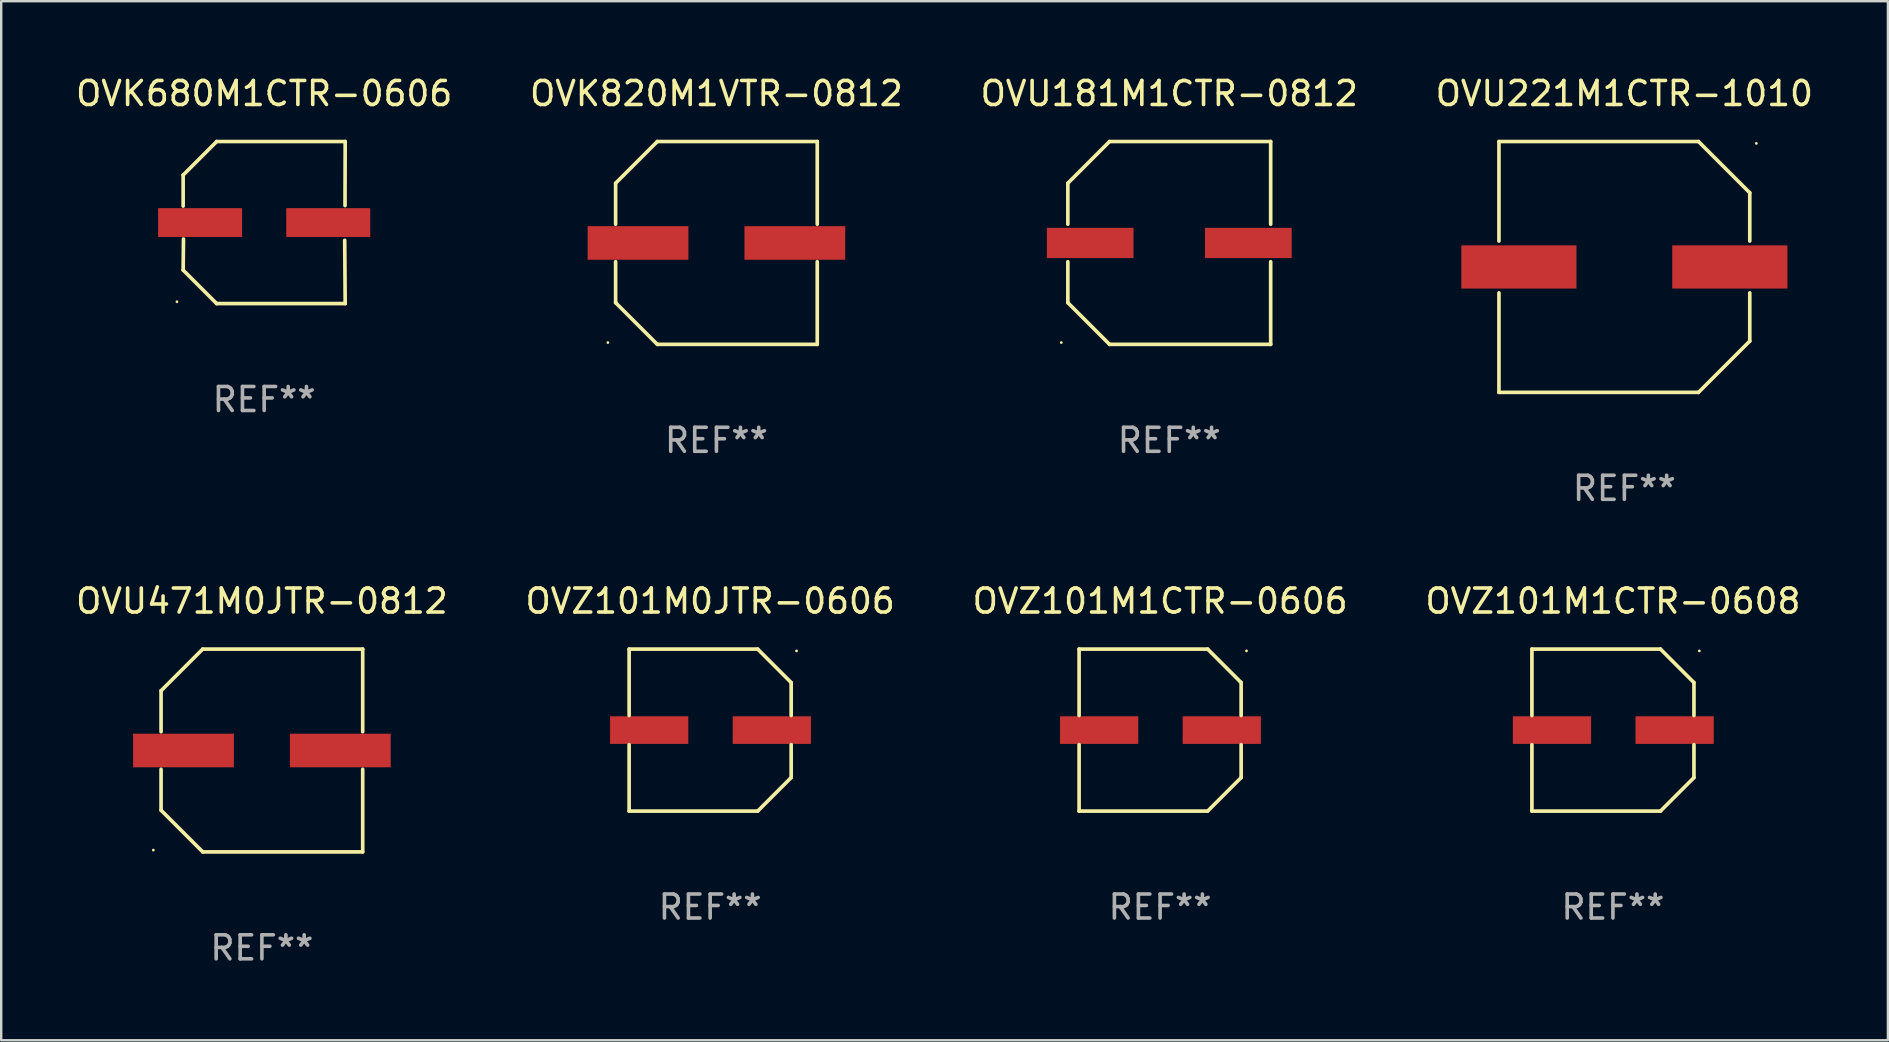
<source format=kicad_pcb>
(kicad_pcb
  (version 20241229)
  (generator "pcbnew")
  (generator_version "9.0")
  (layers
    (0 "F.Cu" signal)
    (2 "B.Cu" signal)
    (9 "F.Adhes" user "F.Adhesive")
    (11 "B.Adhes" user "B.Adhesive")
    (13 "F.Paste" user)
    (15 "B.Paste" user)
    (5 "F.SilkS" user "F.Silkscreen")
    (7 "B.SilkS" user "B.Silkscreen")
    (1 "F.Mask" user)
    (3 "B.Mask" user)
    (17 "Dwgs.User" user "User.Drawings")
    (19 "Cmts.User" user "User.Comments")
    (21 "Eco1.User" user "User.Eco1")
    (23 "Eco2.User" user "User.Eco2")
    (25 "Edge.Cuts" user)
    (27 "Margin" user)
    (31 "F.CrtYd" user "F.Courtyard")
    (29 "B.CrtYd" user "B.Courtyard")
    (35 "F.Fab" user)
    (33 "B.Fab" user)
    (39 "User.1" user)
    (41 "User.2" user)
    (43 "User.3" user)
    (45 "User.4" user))
  (footprint "OVZ101M1CTR-0608"
    (layer "F.Cu")
    (at 64.161 27.373)
    (property "Reference" "OVZ101M1CTR-0608" (at 0 -5.376 0) (layer "F.SilkS") (effects (font (size 1 1) (thickness 0.15))))
    (attr through_hole)
    (fp_line (start -3.376 -3.376) (end 1.98 -3.376) (stroke (width 0.152) (type solid)) (layer "F.SilkS"))
    (fp_line (start -3.376 -0.607) (end -3.376 -3.376) (stroke (width 0.152) (type solid)) (layer "F.SilkS"))
    (fp_line (start -3.376 0.607) (end -3.376 3.376) (stroke (width 0.152) (type solid)) (layer "F.SilkS"))
    (fp_line (start -3.376 3.376) (end 1.98 3.376) (stroke (width 0.152) (type solid)) (layer "F.SilkS"))
    (fp_line (start 1.98 -3.376) (end 3.376 -1.98) (stroke (width 0.152) (type solid)) (layer "F.SilkS"))
    (fp_line (start 1.98 3.376) (end 3.376 1.98) (stroke (width 0.152) (type solid)) (layer "F.SilkS"))
    (fp_line (start 3.376 -1.98) (end 3.376 -0.607) (stroke (width 0.152) (type solid)) (layer "F.SilkS"))
    (fp_line (start 3.376 1.98) (end 3.376 0.607) (stroke (width 0.152) (type solid)) (layer "F.SilkS"))
    (fp_circle (center 3.6 -3.3) (end 3.63 -3.3) (stroke (width 0.06) (type solid)) (fill no) (layer "F.SilkS"))
    (fp_text user "REF**" (at 0 7.376 0) (layer "F.Fab") (effects (font (size 1 1) (thickness 0.15))))
    (pad "1" smd rect (at 2.57 0 180) (size 3.26 1.15) (layers "F.Cu" "F.Mask" "F.Paste"))
    (pad "2" smd rect (at -2.54 0 180) (size 3.26 1.15) (layers "F.Cu" "F.Mask" "F.Paste")))
  (footprint "OVU181M1CTR-0812"
    (layer "F.Cu")
    (at 45.673 7.074)
    (property "Reference" "OVU181M1CTR-0812" (at 0 -6.226 0) (layer "F.SilkS") (effects (font (size 1 1) (thickness 0.15))))
    (attr through_hole)
    (fp_line (start -4.226 -2.49) (end -4.226 -0.782) (stroke (width 0.152) (type solid)) (layer "F.SilkS"))
    (fp_line (start -4.226 2.49) (end -4.226 0.782) (stroke (width 0.152) (type solid)) (layer "F.SilkS"))
    (fp_line (start -2.49 -4.226) (end -4.226 -2.49) (stroke (width 0.152) (type solid)) (layer "F.SilkS"))
    (fp_line (start -2.49 4.226) (end -4.226 2.49) (stroke (width 0.152) (type solid)) (layer "F.SilkS"))
    (fp_line (start 4.226 -4.226) (end -2.49 -4.226) (stroke (width 0.152) (type solid)) (layer "F.SilkS"))
    (fp_line (start 4.226 -0.782) (end 4.226 -4.226) (stroke (width 0.152) (type solid)) (layer "F.SilkS"))
    (fp_line (start 4.226 0.782) (end 4.226 4.226) (stroke (width 0.152) (type solid)) (layer "F.SilkS"))
    (fp_line (start 4.226 4.226) (end -2.49 4.226) (stroke (width 0.152) (type solid)) (layer "F.SilkS"))
    (fp_circle (center -4.5 4.15) (end -4.47 4.15) (stroke (width 0.06) (type solid)) (fill no) (layer "F.SilkS"))
    (fp_text user "REF**" (at 0 8.226 0) (layer "F.Fab") (effects (font (size 1 1) (thickness 0.15))))
    (pad "1" smd rect (at -3.295 -0.000076 180) (size 3.61 1.26) (layers "F.Cu" "F.Mask" "F.Paste"))
    (pad "2" smd rect (at 3.295 -0.000076 180) (size 3.61 1.26) (layers "F.Cu" "F.Mask" "F.Paste")))
  (footprint "OVU221M1CTR-1010"
    (layer "F.Cu")
    (at 64.637 8.074)
    (property "Reference" "OVU221M1CTR-1010" (at 0 -7.226 0) (layer "F.SilkS") (effects (font (size 1 1) (thickness 0.15))))
    (attr through_hole)
    (fp_line (start -5.226 -5.226) (end -5.226 -1.08) (stroke (width 0.152) (type solid)) (layer "F.SilkS"))
    (fp_line (start -5.226 -5.226) (end 3.09 -5.226) (stroke (width 0.152) (type solid)) (layer "F.SilkS"))
    (fp_line (start -5.226 1.08) (end -5.226 5.226) (stroke (width 0.152) (type solid)) (layer "F.SilkS"))
    (fp_line (start -5.226 5.226) (end 3.09 5.226) (stroke (width 0.152) (type solid)) (layer "F.SilkS"))
    (fp_line (start 3.09 -5.226) (end 5.226 -3.09) (stroke (width 0.152) (type solid)) (layer "F.SilkS"))
    (fp_line (start 3.09 5.226) (end 5.226 3.09) (stroke (width 0.152) (type solid)) (layer "F.SilkS"))
    (fp_line (start 5.226 -1.08) (end 5.226 -3.09) (stroke (width 0.152) (type solid)) (layer "F.SilkS"))
    (fp_line (start 5.226 3.09) (end 5.226 1.08) (stroke (width 0.152) (type solid)) (layer "F.SilkS"))
    (fp_circle (center 5.5 -5.15) (end 5.53 -5.15) (stroke (width 0.06) (type solid)) (fill no) (layer "F.SilkS"))
    (fp_text user "REF**" (at 0 9.226 0) (layer "F.Fab") (effects (font (size 1 1) (thickness 0.15))))
    (pad "1" smd rect (at 4.395 0 180) (size 4.8 1.8) (layers "F.Cu" "F.Mask" "F.Paste"))
    (pad "2" smd rect (at -4.395 0 180) (size 4.8 1.8) (layers "F.Cu" "F.Mask" "F.Paste")))
  (footprint "OVZ101M0JTR-0606"
    (layer "F.Cu")
    (at 26.542 27.373)
    (property "Reference" "OVZ101M0JTR-0606" (at 0 -5.376 0) (layer "F.SilkS") (effects (font (size 1 1) (thickness 0.15))))
    (attr through_hole)
    (fp_line (start -3.376 -3.376) (end 1.98 -3.376) (stroke (width 0.152) (type solid)) (layer "F.SilkS"))
    (fp_line (start -3.376 -0.607) (end -3.376 -3.376) (stroke (width 0.152) (type solid)) (layer "F.SilkS"))
    (fp_line (start -3.376 0.607) (end -3.376 3.376) (stroke (width 0.152) (type solid)) (layer "F.SilkS"))
    (fp_line (start -3.376 3.376) (end 1.98 3.376) (stroke (width 0.152) (type solid)) (layer "F.SilkS"))
    (fp_line (start 1.98 -3.376) (end 3.376 -1.98) (stroke (width 0.152) (type solid)) (layer "F.SilkS"))
    (fp_line (start 1.98 3.376) (end 3.376 1.98) (stroke (width 0.152) (type solid)) (layer "F.SilkS"))
    (fp_line (start 3.376 -1.98) (end 3.376 -0.607) (stroke (width 0.152) (type solid)) (layer "F.SilkS"))
    (fp_line (start 3.376 1.98) (end 3.376 0.607) (stroke (width 0.152) (type solid)) (layer "F.SilkS"))
    (fp_circle (center 3.6 -3.3) (end 3.63 -3.3) (stroke (width 0.06) (type solid)) (fill no) (layer "F.SilkS"))
    (fp_text user "REF**" (at 0 7.376 0) (layer "F.Fab") (effects (font (size 1 1) (thickness 0.15))))
    (pad "1" smd rect (at 2.57 0 180) (size 3.26 1.15) (layers "F.Cu" "F.Mask" "F.Paste"))
    (pad "2" smd rect (at -2.54 0 180) (size 3.26 1.15) (layers "F.Cu" "F.Mask" "F.Paste")))
  (footprint "OVZ101M1CTR-0606"
    (layer "F.Cu")
    (at 45.292 27.373)
    (property "Reference" "OVZ101M1CTR-0606" (at 0 -5.376 0) (layer "F.SilkS") (effects (font (size 1 1) (thickness 0.15))))
    (attr through_hole)
    (fp_line (start -3.376 -3.376) (end 1.98 -3.376) (stroke (width 0.152) (type solid)) (layer "F.SilkS"))
    (fp_line (start -3.376 -0.607) (end -3.376 -3.376) (stroke (width 0.152) (type solid)) (layer "F.SilkS"))
    (fp_line (start -3.376 0.607) (end -3.376 3.376) (stroke (width 0.152) (type solid)) (layer "F.SilkS"))
    (fp_line (start -3.376 3.376) (end 1.98 3.376) (stroke (width 0.152) (type solid)) (layer "F.SilkS"))
    (fp_line (start 1.98 -3.376) (end 3.376 -1.98) (stroke (width 0.152) (type solid)) (layer "F.SilkS"))
    (fp_line (start 1.98 3.376) (end 3.376 1.98) (stroke (width 0.152) (type solid)) (layer "F.SilkS"))
    (fp_line (start 3.376 -1.98) (end 3.376 -0.607) (stroke (width 0.152) (type solid)) (layer "F.SilkS"))
    (fp_line (start 3.376 1.98) (end 3.376 0.607) (stroke (width 0.152) (type solid)) (layer "F.SilkS"))
    (fp_circle (center 3.6 -3.3) (end 3.63 -3.3) (stroke (width 0.06) (type solid)) (fill no) (layer "F.SilkS"))
    (fp_text user "REF**" (at 0 7.376 0) (layer "F.Fab") (effects (font (size 1 1) (thickness 0.15))))
    (pad "1" smd rect (at 2.57 0 180) (size 3.26 1.15) (layers "F.Cu" "F.Mask" "F.Paste"))
    (pad "2" smd rect (at -2.54 0 180) (size 3.26 1.15) (layers "F.Cu" "F.Mask" "F.Paste")))
  (footprint "OVK680M1CTR-0606"
    (layer "F.Cu")
    (at 7.958 6.224)
    (property "Reference" "OVK680M1CTR-0606" (at 0 -5.376 0) (layer "F.SilkS") (effects (font (size 1 1) (thickness 0.15))))
    (attr through_hole)
    (fp_line (start -3.376 -1.98) (end -3.376 -0.686) (stroke (width 0.152) (type solid)) (layer "F.SilkS"))
    (fp_line (start -3.376 1.981) (end -3.362 0.686) (stroke (width 0.152) (type solid)) (layer "F.SilkS"))
    (fp_line (start -1.981 3.376) (end -3.376 1.981) (stroke (width 0.152) (type solid)) (layer "F.SilkS"))
    (fp_line (start -1.98 -3.376) (end -3.376 -1.98) (stroke (width 0.152) (type solid)) (layer "F.SilkS"))
    (fp_line (start 3.356 0.74) (end 3.376 3.376) (stroke (width 0.152) (type solid)) (layer "F.SilkS"))
    (fp_line (start 3.369 -0.707) (end 3.376 -3.376) (stroke (width 0.152) (type solid)) (layer "F.SilkS"))
    (fp_line (start 3.376 3.376) (end -1.981 3.376) (stroke (width 0.152) (type solid)) (layer "F.SilkS"))
    (fp_line (start 3.376 -3.376) (end -1.98 -3.376) (stroke (width 0.152) (type solid)) (layer "F.SilkS"))
    (fp_circle (center -3.634 3.3) (end -3.604 3.3) (stroke (width 0.06) (type solid)) (fill no) (layer "F.SilkS"))
    (fp_text user "REF**" (at 0 7.376 0) (layer "F.Fab") (effects (font (size 1 1) (thickness 0.15))))
    (pad "1" smd rect (at -2.67 0.000254) (size 3.5 1.2) (layers "F.Cu" "F.Mask" "F.Paste"))
    (pad "2" smd rect (at 2.67 0.000254) (size 3.5 1.2) (layers "F.Cu" "F.Mask" "F.Paste")))
  (footprint "OVK820M1VTR-0812"
    (layer "F.Cu")
    (at 26.804 7.074)
    (property "Reference" "OVK820M1VTR-0812" (at 0 -6.226 0) (layer "F.SilkS") (effects (font (size 1 1) (thickness 0.15))))
    (attr through_hole)
    (fp_line (start -4.201 -2.49) (end -4.201 -0.782) (stroke (width 0.152) (type solid)) (layer "F.SilkS"))
    (fp_line (start -4.201 2.49) (end -4.201 0.782) (stroke (width 0.152) (type solid)) (layer "F.SilkS"))
    (fp_line (start -2.465 -4.226) (end -4.201 -2.49) (stroke (width 0.152) (type solid)) (layer "F.SilkS"))
    (fp_line (start -2.465 4.226) (end -4.201 2.49) (stroke (width 0.152) (type solid)) (layer "F.SilkS"))
    (fp_line (start 4.201 -4.226) (end -2.465 -4.226) (stroke (width 0.152) (type solid)) (layer "F.SilkS"))
    (fp_line (start 4.201 -0.782) (end 4.201 -4.226) (stroke (width 0.152) (type solid)) (layer "F.SilkS"))
    (fp_line (start 4.201 0.782) (end 4.201 4.226) (stroke (width 0.152) (type solid)) (layer "F.SilkS"))
    (fp_line (start 4.201 4.226) (end -2.465 4.226) (stroke (width 0.152) (type solid)) (layer "F.SilkS"))
    (fp_circle (center -4.524 4.15) (end -4.494 4.15) (stroke (width 0.06) (type solid)) (fill no) (layer "F.SilkS"))
    (fp_text user "REF**" (at 0 8.226 0) (layer "F.Fab") (effects (font (size 1 1) (thickness 0.15))))
    (pad "1" smd rect (at -3.267 0) (size 4.2 1.4) (layers "F.Cu" "F.Mask" "F.Paste"))
    (pad "2" smd rect (at 3.267 0) (size 4.2 1.4) (layers "F.Cu" "F.Mask" "F.Paste")))
  (footprint "OVU471M0JTR-0812"
    (layer "F.Cu")
    (at 7.863 28.223)
    (property "Reference" "OVU471M0JTR-0812" (at 0 -6.226 0) (layer "F.SilkS") (effects (font (size 1 1) (thickness 0.15))))
    (attr through_hole)
    (fp_line (start -4.201 -2.49) (end -4.201 -0.782) (stroke (width 0.152) (type solid)) (layer "F.SilkS"))
    (fp_line (start -4.201 2.49) (end -4.201 0.782) (stroke (width 0.152) (type solid)) (layer "F.SilkS"))
    (fp_line (start -2.465 -4.226) (end -4.201 -2.49) (stroke (width 0.152) (type solid)) (layer "F.SilkS"))
    (fp_line (start -2.465 4.226) (end -4.201 2.49) (stroke (width 0.152) (type solid)) (layer "F.SilkS"))
    (fp_line (start 4.201 -4.226) (end -2.465 -4.226) (stroke (width 0.152) (type solid)) (layer "F.SilkS"))
    (fp_line (start 4.201 -0.782) (end 4.201 -4.226) (stroke (width 0.152) (type solid)) (layer "F.SilkS"))
    (fp_line (start 4.201 0.782) (end 4.201 4.226) (stroke (width 0.152) (type solid)) (layer "F.SilkS"))
    (fp_line (start 4.201 4.226) (end -2.465 4.226) (stroke (width 0.152) (type solid)) (layer "F.SilkS"))
    (fp_circle (center -4.524 4.15) (end -4.494 4.15) (stroke (width 0.06) (type solid)) (fill no) (layer "F.SilkS"))
    (fp_text user "REF**" (at 0 8.226 0) (layer "F.Fab") (effects (font (size 1 1) (thickness 0.15))))
    (pad "1" smd rect (at -3.267 0) (size 4.2 1.4) (layers "F.Cu" "F.Mask" "F.Paste"))
    (pad "2" smd rect (at 3.267 0) (size 4.2 1.4) (layers "F.Cu" "F.Mask" "F.Paste")))
  (gr_rect
    (start -3 -3)
    (end 75.619 40.298)
    (stroke (width 0.1) (type default))
    (fill no)
    (layer "Edge.Cuts")))
</source>
